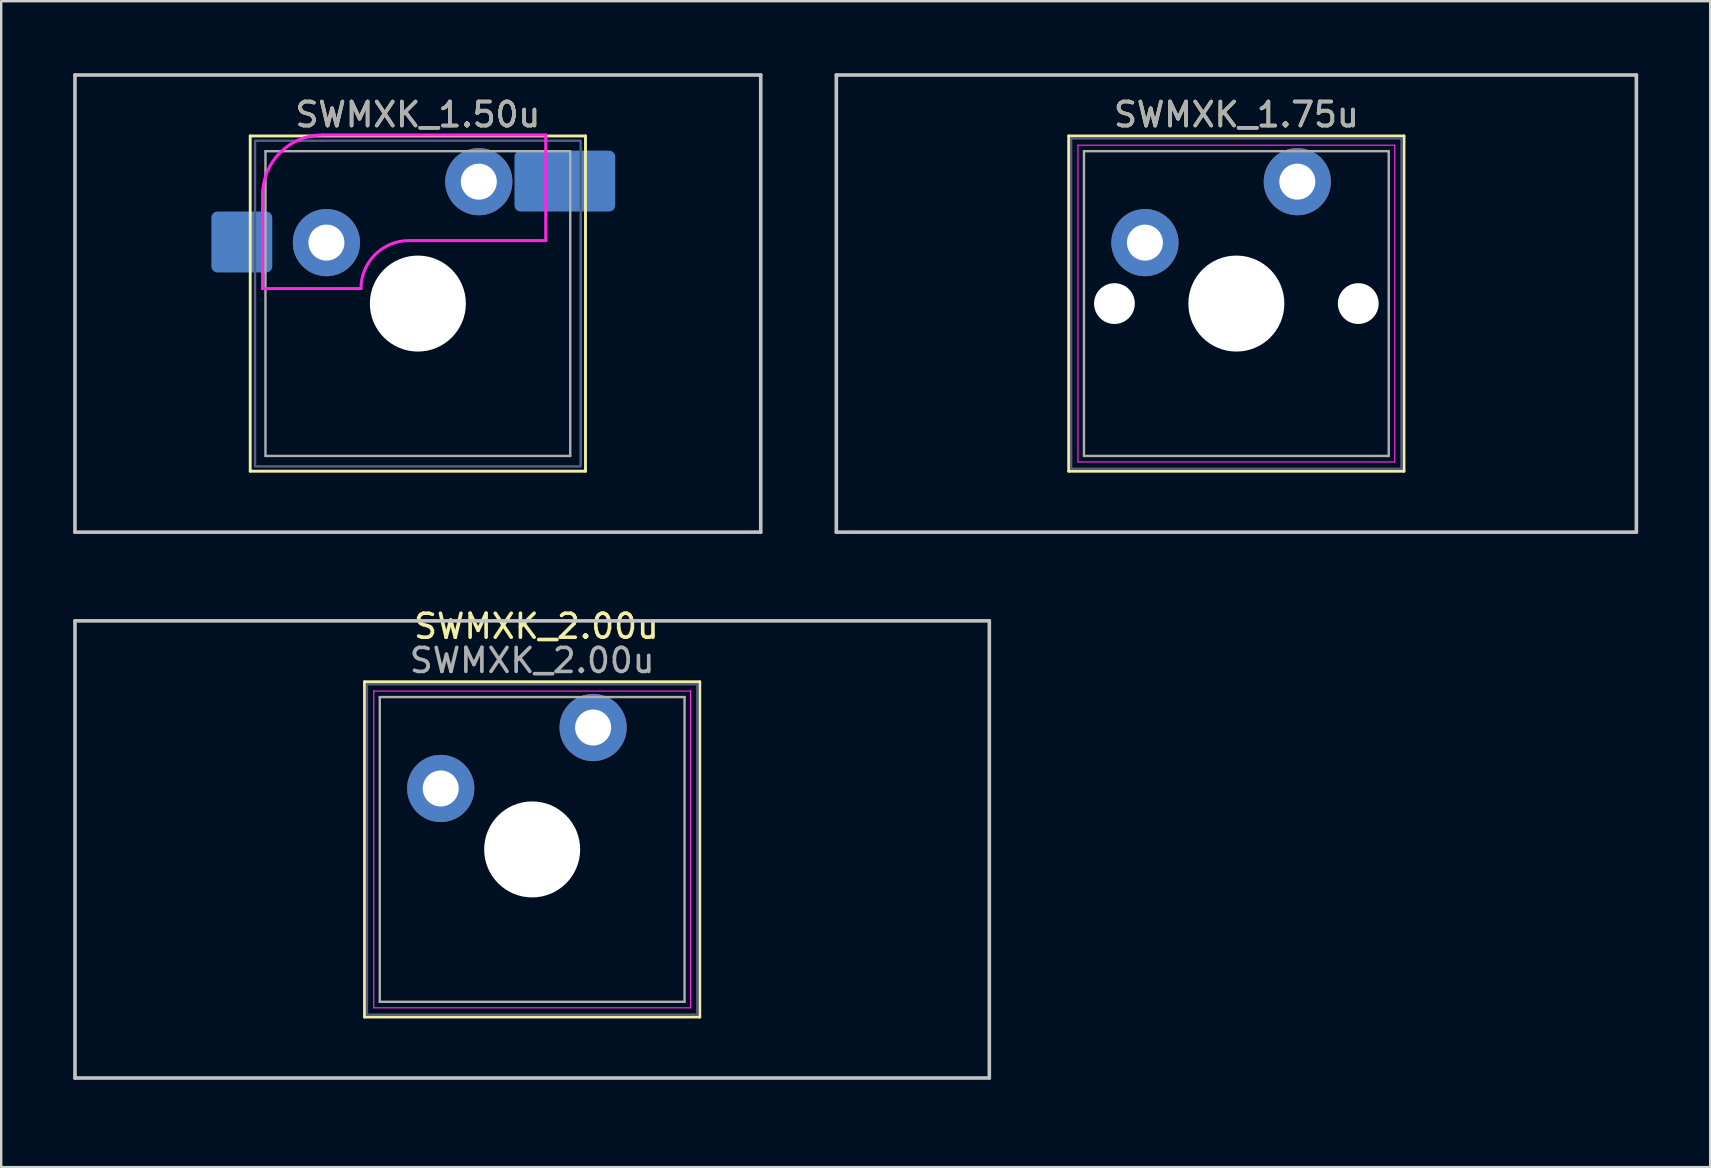
<source format=kicad_pcb>
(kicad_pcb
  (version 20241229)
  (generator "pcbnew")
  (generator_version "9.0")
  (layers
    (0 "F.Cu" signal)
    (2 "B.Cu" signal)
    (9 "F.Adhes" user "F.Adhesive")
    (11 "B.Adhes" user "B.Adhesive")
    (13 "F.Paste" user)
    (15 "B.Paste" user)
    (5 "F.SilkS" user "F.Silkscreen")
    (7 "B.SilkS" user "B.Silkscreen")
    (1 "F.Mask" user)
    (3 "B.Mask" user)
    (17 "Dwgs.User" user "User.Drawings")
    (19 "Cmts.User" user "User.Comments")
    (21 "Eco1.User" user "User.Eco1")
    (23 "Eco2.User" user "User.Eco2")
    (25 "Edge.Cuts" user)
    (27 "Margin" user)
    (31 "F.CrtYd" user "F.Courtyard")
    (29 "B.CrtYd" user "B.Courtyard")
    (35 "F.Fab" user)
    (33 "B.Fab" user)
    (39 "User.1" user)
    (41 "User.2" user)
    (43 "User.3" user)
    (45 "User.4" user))
  (footprint "SWMXK_2.00u"
    (layer "F.Cu")
    (at 21.665 27.266)
    (property "Reference" "SWMXK_2.00u" (at -2.363 -4.218 0) (layer "F.SilkS") (effects (font (size 1 1) (thickness 0.15))))
    (attr through_hole)
    (fp_circle (center -6.35 2.54) (end -4.35 2.54) (stroke (width 0.12) (type solid)) (fill yes) (layer "B.Mask"))
    (fp_circle (center 0 0) (end 2 0) (stroke (width 0.12) (type solid)) (fill yes) (layer "B.Mask"))
    (fp_line (start -9.525 -1.905) (end 4.445 -1.905) (stroke (width 0.12) (type solid)) (layer "F.SilkS"))
    (fp_line (start -9.525 12.065) (end -9.525 -1.905) (stroke (width 0.12) (type solid)) (layer "F.SilkS"))
    (fp_line (start 4.445 -1.905) (end 4.445 12.065) (stroke (width 0.12) (type solid)) (layer "F.SilkS"))
    (fp_line (start 4.445 12.065) (end -9.525 12.065) (stroke (width 0.12) (type solid)) (layer "F.SilkS"))
    (fp_line (start -21.59 -4.445) (end 16.51 -4.445) (stroke (width 0.15) (type solid)) (layer "Dwgs.User"))
    (fp_line (start -21.59 14.605) (end -21.59 -4.445) (stroke (width 0.15) (type solid)) (layer "Dwgs.User"))
    (fp_line (start 16.51 -4.445) (end 16.51 14.605) (stroke (width 0.15) (type solid)) (layer "Dwgs.User"))
    (fp_line (start 16.51 14.605) (end -21.59 14.605) (stroke (width 0.15) (type solid)) (layer "Dwgs.User"))
    (fp_line (start -9.14 -1.52) (end 4.06 -1.52) (stroke (width 0.05) (type solid)) (layer "F.CrtYd"))
    (fp_line (start -9.14 11.68) (end -9.14 -1.52) (stroke (width 0.05) (type solid)) (layer "F.CrtYd"))
    (fp_line (start 4.06 -1.52) (end 4.06 11.68) (stroke (width 0.05) (type solid)) (layer "F.CrtYd"))
    (fp_line (start 4.06 11.68) (end -9.14 11.68) (stroke (width 0.05) (type solid)) (layer "F.CrtYd"))
    (fp_rect (start -9.425 -1.805) (end 4.345 11.965) (stroke (width 0.1) (type default)) (fill no) (layer "B.Fab"))
    (fp_line (start -8.89 -1.27) (end 3.81 -1.27) (stroke (width 0.1) (type solid)) (layer "F.Fab"))
    (fp_line (start -8.89 11.43) (end -8.89 -1.27) (stroke (width 0.1) (type solid)) (layer "F.Fab"))
    (fp_line (start 3.81 -1.27) (end 3.81 11.43) (stroke (width 0.1) (type solid)) (layer "F.Fab"))
    (fp_line (start 3.81 11.43) (end -8.89 11.43) (stroke (width 0.1) (type solid)) (layer "F.Fab"))
    (fp_text user "${REFERENCE}" (at -2.54 -2.794 0) (layer "F.Fab") (effects (font (size 1 1) (thickness 0.15))))
    (pad "" smd circle (at -14.44 -1.92) (size 3.05 3.05) (layers "F.Paste"))
    (pad "" smd circle (at -14.44 13.32) (size 4 4) (layers "F.Paste"))
    (pad "" smd circle (at -7.62 5.08) (size 1.7 1.7) (layers "F.Paste"))
    (pad "" np_thru_hole circle (at -2.54 5.08) (size 4 4) (drill 4) (layers "*.Cu" "*.Mask"))
    (pad "" smd circle (at 2.54 5.08) (size 1.7 1.7) (layers "F.Paste"))
    (pad "" smd circle (at 9.36 -1.92) (size 3.05 3.05) (layers "F.Paste"))
    (pad "" smd circle (at 9.36 13.32) (size 4 4) (layers "F.Paste"))
    (pad "1" thru_hole circle (at 0 0) (size 2.8 2.8) (drill 1.5) (layers "*.Cu" "*.Mask"))
    (pad "2" thru_hole circle (at -6.35 2.54) (size 2.8 2.8) (drill 1.5) (layers "*.Cu" "*.Mask")))
  (footprint "SWMXK_1.75u"
    (layer "F.Cu")
    (at 51.009 4.52)
    (property "Reference" "SWMXK_1.75u" (at -2.54 -2.794 0) (layer "F.SilkS") (effects (font (size 1 1) (thickness 0.15))))
    (attr through_hole)
    (fp_circle (center -6.35 2.54) (end -4.35 2.54) (stroke (width 0.12) (type solid)) (fill yes) (layer "B.Mask"))
    (fp_circle (center 0 0) (end 2 0) (stroke (width 0.12) (type solid)) (fill yes) (layer "B.Mask"))
    (fp_line (start -9.525 -1.905) (end 4.445 -1.905) (stroke (width 0.12) (type solid)) (layer "F.SilkS"))
    (fp_line (start -9.525 12.065) (end -9.525 -1.905) (stroke (width 0.12) (type solid)) (layer "F.SilkS"))
    (fp_line (start 4.445 -1.905) (end 4.445 12.065) (stroke (width 0.12) (type solid)) (layer "F.SilkS"))
    (fp_line (start 4.445 12.065) (end -9.525 12.065) (stroke (width 0.12) (type solid)) (layer "F.SilkS"))
    (fp_line (start -19.209 -4.445) (end 14.129 -4.445) (stroke (width 0.15) (type solid)) (layer "Dwgs.User"))
    (fp_line (start -19.209 14.605) (end -19.209 -4.445) (stroke (width 0.15) (type solid)) (layer "Dwgs.User"))
    (fp_line (start 14.129 -4.445) (end 14.129 14.605) (stroke (width 0.15) (type solid)) (layer "Dwgs.User"))
    (fp_line (start 14.129 14.605) (end -19.209 14.605) (stroke (width 0.15) (type solid)) (layer "Dwgs.User"))
    (fp_line (start -9.14 -1.52) (end 4.06 -1.52) (stroke (width 0.05) (type solid)) (layer "F.CrtYd"))
    (fp_line (start -9.14 11.68) (end -9.14 -1.52) (stroke (width 0.05) (type solid)) (layer "F.CrtYd"))
    (fp_line (start 4.06 -1.52) (end 4.06 11.68) (stroke (width 0.05) (type solid)) (layer "F.CrtYd"))
    (fp_line (start 4.06 11.68) (end -9.14 11.68) (stroke (width 0.05) (type solid)) (layer "F.CrtYd"))
    (fp_rect (start -9.425 -1.805) (end 4.345 11.965) (stroke (width 0.1) (type default)) (fill no) (layer "B.Fab"))
    (fp_line (start -8.89 -1.27) (end 3.81 -1.27) (stroke (width 0.1) (type solid)) (layer "F.Fab"))
    (fp_line (start -8.89 11.43) (end -8.89 -1.27) (stroke (width 0.1) (type solid)) (layer "F.Fab"))
    (fp_line (start 3.81 -1.27) (end 3.81 11.43) (stroke (width 0.1) (type solid)) (layer "F.Fab"))
    (fp_line (start 3.81 11.43) (end -8.89 11.43) (stroke (width 0.1) (type solid)) (layer "F.Fab"))
    (fp_text user "${REFERENCE}" (at -2.54 -2.794 0) (layer "F.Fab") (effects (font (size 1 1) (thickness 0.15))))
    (pad "" np_thru_hole circle (at -7.62 5.08) (size 1.7 1.7) (drill 1.7) (layers "*.Cu" "*.Mask"))
    (pad "" np_thru_hole circle (at -2.54 5.08) (size 4 4) (drill 4) (layers "*.Cu" "*.Mask"))
    (pad "" np_thru_hole circle (at 2.54 5.08) (size 1.7 1.7) (drill 1.7) (layers "*.Cu" "*.Mask"))
    (pad "1" thru_hole circle (at 0 0) (size 2.8 2.8) (drill 1.5) (layers "*.Cu" "*.Mask"))
    (pad "2" thru_hole circle (at -6.35 2.54) (size 2.8 2.8) (drill 1.5) (layers "*.Cu" "*.Mask")))
  (footprint "SWMXK_1.50u"
    (layer "F.Cu")
    (at 16.902 4.52)
    (property "Reference" "SWMXK_1.50u" (at -2.54 -2.794 0) (layer "F.SilkS") (effects (font (size 1 1) (thickness 0.15))))
    (attr through_hole)
    (fp_line (start -9.525 -1.905) (end 4.445 -1.905) (stroke (width 0.12) (type solid)) (layer "F.SilkS"))
    (fp_line (start -9.525 12.065) (end -9.525 -1.905) (stroke (width 0.12) (type solid)) (layer "F.SilkS"))
    (fp_line (start 4.445 -1.905) (end 4.445 12.065) (stroke (width 0.12) (type solid)) (layer "F.SilkS"))
    (fp_line (start 4.445 12.065) (end -9.525 12.065) (stroke (width 0.12) (type solid)) (layer "F.SilkS"))
    (fp_line (start -16.828 -4.445) (end 11.748 -4.445) (stroke (width 0.15) (type solid)) (layer "Dwgs.User"))
    (fp_line (start -16.828 14.605) (end -16.828 -4.445) (stroke (width 0.15) (type solid)) (layer "Dwgs.User"))
    (fp_line (start 11.748 -4.445) (end 11.748 14.605) (stroke (width 0.15) (type solid)) (layer "Dwgs.User"))
    (fp_line (start 11.748 14.605) (end -16.828 14.605) (stroke (width 0.15) (type solid)) (layer "Dwgs.User"))
    (fp_line (start -9.01 4.455) (end -9.01 0.555) (stroke (width 0.127) (type solid)) (layer "F.CrtYd"))
    (fp_line (start -6.51 -1.945) (end 2.79 -1.945) (stroke (width 0.127) (type solid)) (layer "F.CrtYd"))
    (fp_line (start -4.91 4.455) (end -9.01 4.455) (stroke (width 0.127) (type solid)) (layer "F.CrtYd"))
    (fp_line (start 2.79 2.455) (end -2.91 2.455) (stroke (width 0.127) (type solid)) (layer "F.CrtYd"))
    (fp_line (start 2.79 2.455) (end 2.79 -1.945) (stroke (width 0.127) (type solid)) (layer "F.CrtYd"))
    (fp_arc (start -9.01 0.555) (mid -8.277767 -1.212767) (end -6.51 -1.945) (stroke (width 0.127) (type solid)) (layer "F.CrtYd"))
    (fp_arc (start -4.91 4.455) (mid -4.324214 3.040785) (end -2.91 2.455) (stroke (width 0.127) (type solid)) (layer "F.CrtYd"))
    (fp_rect (start -9.325 -1.705) (end 4.245 11.865) (stroke (width 0.1) (type default)) (fill no) (layer "B.Fab"))
    (fp_line (start -8.89 -1.27) (end 3.81 -1.27) (stroke (width 0.1) (type solid)) (layer "F.Fab"))
    (fp_line (start -8.89 11.43) (end -8.89 -1.27) (stroke (width 0.1) (type solid)) (layer "F.Fab"))
    (fp_line (start 3.81 -1.27) (end 3.81 11.43) (stroke (width 0.1) (type solid)) (layer "F.Fab"))
    (fp_line (start 3.81 11.43) (end -8.89 11.43) (stroke (width 0.1) (type solid)) (layer "F.Fab"))
    (fp_text user "${REFERENCE}" (at -2.54 -2.794 0) (layer "F.Fab") (effects (font (size 1 1) (thickness 0.15))))
    (pad "" smd circle (at -7.62 5.08) (size 1.7 1.7) (layers "F.Paste"))
    (pad "" np_thru_hole circle (at -2.54 5.08) (size 4 4) (drill 4) (layers "*.Cu" "*.Mask"))
    (pad "" smd circle (at 2.54 5.08) (size 1.7 1.7) (layers "F.Paste"))
    (pad "1" thru_hole circle (at 0 0) (size 2.8 2.8) (drill 1.5) (layers "*.Cu" "*.Mask"))
    (pad "1" smd roundrect (at 3.586 -0.025) (size 4.2 2.54) (layers "B.Cu" "B.Mask") (roundrect_rratio 0.1))
    (pad "2" smd roundrect (at -9.876 2.515) (size 2.54 2.54) (layers "B.Cu" "B.Mask") (roundrect_rratio 0.1))
    (pad "2" thru_hole circle (at -6.35 2.54) (size 2.8 2.8) (drill 1.5) (layers "*.Cu" "*.Mask")))
  (gr_rect
    (start -3 -3)
    (end 68.213 45.586)
    (stroke (width 0.1) (type default))
    (fill no)
    (layer "Edge.Cuts")))
</source>
